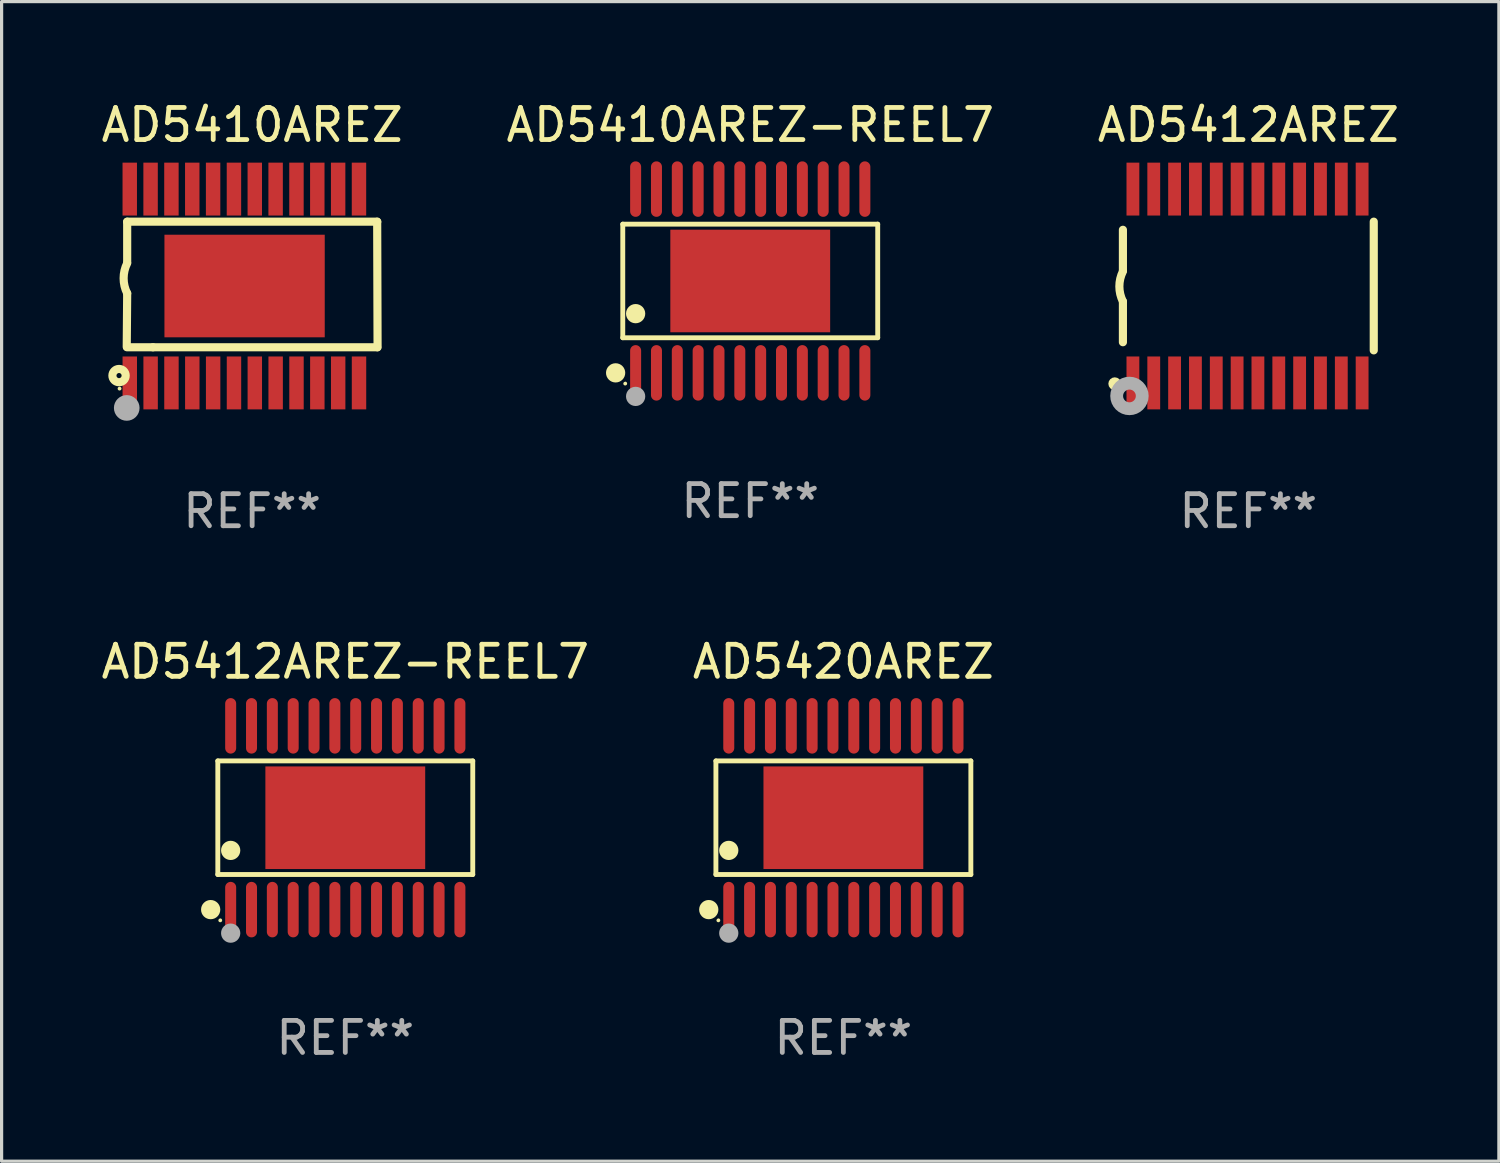
<source format=kicad_pcb>
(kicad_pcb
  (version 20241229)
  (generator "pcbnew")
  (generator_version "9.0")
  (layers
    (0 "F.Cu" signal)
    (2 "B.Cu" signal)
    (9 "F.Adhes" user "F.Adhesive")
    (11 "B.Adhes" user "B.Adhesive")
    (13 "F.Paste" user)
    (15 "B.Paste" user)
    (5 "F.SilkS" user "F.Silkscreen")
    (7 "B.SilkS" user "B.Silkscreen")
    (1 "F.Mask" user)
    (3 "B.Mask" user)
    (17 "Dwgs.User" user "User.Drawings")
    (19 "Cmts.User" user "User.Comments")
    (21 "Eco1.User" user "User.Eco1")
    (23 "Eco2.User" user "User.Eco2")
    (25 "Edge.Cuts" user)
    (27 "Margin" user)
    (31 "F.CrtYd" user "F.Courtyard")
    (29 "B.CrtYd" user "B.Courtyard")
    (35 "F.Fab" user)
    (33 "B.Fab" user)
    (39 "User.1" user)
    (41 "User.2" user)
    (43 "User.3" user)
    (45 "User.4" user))
  (footprint "AD5412AREZ-REEL7"
    (layer "F.Cu")
    (at 7.72 22.456)
    (property "Reference" "AD5412AREZ-REEL7" (at 0 -4.866 0) (layer "F.SilkS") (effects (font (size 1 1) (thickness 0.15))))
    (attr through_hole)
    (fp_line (start -3.976 -1.772) (end 3.976 -1.772) (stroke (width 0.152) (type solid)) (layer "F.SilkS"))
    (fp_line (start -3.976 1.771) (end -3.976 -1.772) (stroke (width 0.152) (type solid)) (layer "F.SilkS"))
    (fp_line (start 3.976 -1.772) (end 3.976 1.771) (stroke (width 0.152) (type solid)) (layer "F.SilkS"))
    (fp_line (start 3.976 1.771) (end -3.976 1.771) (stroke (width 0.152) (type solid)) (layer "F.SilkS"))
    (fp_circle (center -4.199 2.866) (end -4.049 2.866) (stroke (width 0.3) (type solid)) (fill no) (layer "F.SilkS"))
    (fp_circle (center -3.9 3.2) (end -3.87 3.2) (stroke (width 0.06) (type solid)) (fill no) (layer "F.SilkS"))
    (fp_circle (center -3.575 1.019) (end -3.425 1.019) (stroke (width 0.3) (type solid)) (fill no) (layer "F.SilkS"))
    (fp_circle (center -3.575 3.6) (end -3.425 3.6) (stroke (width 0.3) (type solid)) (fill no) (layer "F.Fab"))
    (fp_text user "REF**" (at 0 6.866 0) (layer "F.Fab") (effects (font (size 1 1) (thickness 0.15))))
    (pad "1" smd oval (at -3.575 2.866) (size 0.343 1.731) (layers "F.Cu" "F.Mask" "F.Paste"))
    (pad "2" smd oval (at -2.925 2.866) (size 0.343 1.731) (layers "F.Cu" "F.Mask" "F.Paste"))
    (pad "3" smd oval (at -2.275 2.866) (size 0.343 1.731) (layers "F.Cu" "F.Mask" "F.Paste"))
    (pad "4" smd oval (at -1.625 2.866) (size 0.343 1.731) (layers "F.Cu" "F.Mask" "F.Paste"))
    (pad "5" smd oval (at -0.975 2.866) (size 0.343 1.731) (layers "F.Cu" "F.Mask" "F.Paste"))
    (pad "6" smd oval (at -0.325 2.866) (size 0.343 1.731) (layers "F.Cu" "F.Mask" "F.Paste"))
    (pad "7" smd oval (at 0.325 2.866) (size 0.343 1.731) (layers "F.Cu" "F.Mask" "F.Paste"))
    (pad "8" smd oval (at 0.975 2.866) (size 0.343 1.731) (layers "F.Cu" "F.Mask" "F.Paste"))
    (pad "9" smd oval (at 1.625 2.866) (size 0.343 1.731) (layers "F.Cu" "F.Mask" "F.Paste"))
    (pad "10" smd oval (at 2.275 2.866) (size 0.343 1.731) (layers "F.Cu" "F.Mask" "F.Paste"))
    (pad "11" smd oval (at 2.925 2.866) (size 0.343 1.731) (layers "F.Cu" "F.Mask" "F.Paste"))
    (pad "12" smd oval (at 3.575 2.866) (size 0.343 1.731) (layers "F.Cu" "F.Mask" "F.Paste"))
    (pad "13" smd oval (at 3.575 -2.866) (size 0.343 1.731) (layers "F.Cu" "F.Mask" "F.Paste"))
    (pad "14" smd oval (at 2.925 -2.866) (size 0.343 1.731) (layers "F.Cu" "F.Mask" "F.Paste"))
    (pad "15" smd oval (at 2.275 -2.866) (size 0.343 1.731) (layers "F.Cu" "F.Mask" "F.Paste"))
    (pad "16" smd oval (at 1.625 -2.866) (size 0.343 1.731) (layers "F.Cu" "F.Mask" "F.Paste"))
    (pad "17" smd oval (at 0.975 -2.866) (size 0.343 1.731) (layers "F.Cu" "F.Mask" "F.Paste"))
    (pad "18" smd oval (at 0.325 -2.866) (size 0.343 1.731) (layers "F.Cu" "F.Mask" "F.Paste"))
    (pad "19" smd oval (at -0.325 -2.866) (size 0.343 1.731) (layers "F.Cu" "F.Mask" "F.Paste"))
    (pad "20" smd oval (at -0.975 -2.866) (size 0.343 1.731) (layers "F.Cu" "F.Mask" "F.Paste"))
    (pad "21" smd oval (at -1.625 -2.866) (size 0.343 1.731) (layers "F.Cu" "F.Mask" "F.Paste"))
    (pad "22" smd oval (at -2.275 -2.866) (size 0.343 1.731) (layers "F.Cu" "F.Mask" "F.Paste"))
    (pad "23" smd oval (at -2.925 -2.866) (size 0.343 1.731) (layers "F.Cu" "F.Mask" "F.Paste"))
    (pad "24" smd oval (at -3.575 -2.866) (size 0.343 1.731) (layers "F.Cu" "F.Mask" "F.Paste"))
    (pad "25" smd rect (at 0 -0.000127) (size 4.985 3.2) (layers "F.Cu" "F.Mask" "F.Paste")))
  (footprint "AD5412AREZ"
    (layer "F.Cu")
    (at 35.887 5.871)
    (property "Reference" "AD5412AREZ" (at 0 -5.023 0) (layer "F.SilkS") (effects (font (size 1 1) (thickness 0.15))))
    (attr through_hole)
    (fp_line (start -3.912 -0.483) (end -3.912 -1.753) (stroke (width 0.254) (type solid)) (layer "F.SilkS"))
    (fp_line (start -3.912 1.753) (end -3.912 0.483) (stroke (width 0.254) (type solid)) (layer "F.SilkS"))
    (fp_line (start 3.912 -2.007) (end 3.912 2.007) (stroke (width 0.254) (type solid)) (layer "F.SilkS"))
    (fp_arc (start -3.911608 0.482601) (mid -4.022537 0.0127) (end -3.911608 -0.457201) (stroke (width 0.254001) (type solid)) (layer "F.SilkS"))
    (fp_circle (center -4.166 3.048) (end -4.066 3.048) (stroke (width 0.2) (type solid)) (fill no) (layer "F.SilkS"))
    (fp_circle (center -3.925 3.186) (end -3.895 3.186) (stroke (width 0.06) (type solid)) (fill no) (layer "F.SilkS"))
    (fp_circle (center -3.708 3.429) (end -3.509 3.429) (stroke (width 0.4) (type solid)) (fill no) (layer "F.Fab"))
    (fp_text user "REF**" (at 0 7.023 0) (layer "F.Fab") (effects (font (size 1 1) (thickness 0.15))))
    (pad "1" smd rect (at -3.6 3.023) (size 0.4 1.65) (layers "F.Cu" "F.Mask" "F.Paste"))
    (pad "2" smd rect (at -2.95 3.023) (size 0.4 1.65) (layers "F.Cu" "F.Mask" "F.Paste"))
    (pad "3" smd rect (at -2.3 3.023) (size 0.4 1.65) (layers "F.Cu" "F.Mask" "F.Paste"))
    (pad "4" smd rect (at -1.65 3.023) (size 0.4 1.65) (layers "F.Cu" "F.Mask" "F.Paste"))
    (pad "5" smd rect (at -1 3.023) (size 0.4 1.65) (layers "F.Cu" "F.Mask" "F.Paste"))
    (pad "6" smd rect (at -0.35 3.023) (size 0.4 1.65) (layers "F.Cu" "F.Mask" "F.Paste"))
    (pad "7" smd rect (at 0.299 3.023) (size 0.4 1.65) (layers "F.Cu" "F.Mask" "F.Paste"))
    (pad "8" smd rect (at 0.95 3.023) (size 0.4 1.65) (layers "F.Cu" "F.Mask" "F.Paste"))
    (pad "9" smd rect (at 1.6 3.023) (size 0.4 1.65) (layers "F.Cu" "F.Mask" "F.Paste"))
    (pad "10" smd rect (at 2.25 3.023) (size 0.4 1.65) (layers "F.Cu" "F.Mask" "F.Paste"))
    (pad "11" smd rect (at 2.9 3.023) (size 0.4 1.65) (layers "F.Cu" "F.Mask" "F.Paste"))
    (pad "12" smd rect (at 3.549 3.023) (size 0.4 1.65) (layers "F.Cu" "F.Mask" "F.Paste"))
    (pad "13" smd rect (at 3.549 -3.023) (size 0.4 1.65) (layers "F.Cu" "F.Mask" "F.Paste"))
    (pad "14" smd rect (at 2.9 -3.023) (size 0.4 1.65) (layers "F.Cu" "F.Mask" "F.Paste"))
    (pad "15" smd rect (at 2.25 -3.023) (size 0.4 1.65) (layers "F.Cu" "F.Mask" "F.Paste"))
    (pad "16" smd rect (at 1.6 -3.023) (size 0.4 1.65) (layers "F.Cu" "F.Mask" "F.Paste"))
    (pad "17" smd rect (at 0.95 -3.023) (size 0.4 1.65) (layers "F.Cu" "F.Mask" "F.Paste"))
    (pad "18" smd rect (at 0.299 -3.023) (size 0.4 1.65) (layers "F.Cu" "F.Mask" "F.Paste"))
    (pad "19" smd rect (at -0.35 -3.023) (size 0.4 1.65) (layers "F.Cu" "F.Mask" "F.Paste"))
    (pad "20" smd rect (at -1 -3.023) (size 0.4 1.65) (layers "F.Cu" "F.Mask" "F.Paste"))
    (pad "21" smd rect (at -1.65 -3.023) (size 0.4 1.65) (layers "F.Cu" "F.Mask" "F.Paste"))
    (pad "22" smd rect (at -2.3 -3.023) (size 0.4 1.65) (layers "F.Cu" "F.Mask" "F.Paste"))
    (pad "23" smd rect (at -2.95 -3.023) (size 0.4 1.65) (layers "F.Cu" "F.Mask" "F.Paste"))
    (pad "24" smd rect (at -3.6 -3.023) (size 0.4 1.65) (layers "F.Cu" "F.Mask" "F.Paste")))
  (footprint "AD5410AREZ-REEL7"
    (layer "F.Cu")
    (at 20.351 5.714)
    (property "Reference" "AD5410AREZ-REEL7" (at 0 -4.866 0) (layer "F.SilkS") (effects (font (size 1 1) (thickness 0.15))))
    (attr through_hole)
    (fp_line (start -3.976 -1.772) (end 3.976 -1.772) (stroke (width 0.152) (type solid)) (layer "F.SilkS"))
    (fp_line (start -3.976 1.771) (end -3.976 -1.772) (stroke (width 0.152) (type solid)) (layer "F.SilkS"))
    (fp_line (start 3.976 -1.772) (end 3.976 1.771) (stroke (width 0.152) (type solid)) (layer "F.SilkS"))
    (fp_line (start 3.976 1.771) (end -3.976 1.771) (stroke (width 0.152) (type solid)) (layer "F.SilkS"))
    (fp_circle (center -4.199 2.866) (end -4.049 2.866) (stroke (width 0.3) (type solid)) (fill no) (layer "F.SilkS"))
    (fp_circle (center -3.9 3.2) (end -3.87 3.2) (stroke (width 0.06) (type solid)) (fill no) (layer "F.SilkS"))
    (fp_circle (center -3.575 1.019) (end -3.425 1.019) (stroke (width 0.3) (type solid)) (fill no) (layer "F.SilkS"))
    (fp_circle (center -3.575 3.6) (end -3.425 3.6) (stroke (width 0.3) (type solid)) (fill no) (layer "F.Fab"))
    (fp_text user "REF**" (at 0 6.866 0) (layer "F.Fab") (effects (font (size 1 1) (thickness 0.15))))
    (pad "1" smd oval (at -3.575 2.866) (size 0.343 1.731) (layers "F.Cu" "F.Mask" "F.Paste"))
    (pad "2" smd oval (at -2.925 2.866) (size 0.343 1.731) (layers "F.Cu" "F.Mask" "F.Paste"))
    (pad "3" smd oval (at -2.275 2.866) (size 0.343 1.731) (layers "F.Cu" "F.Mask" "F.Paste"))
    (pad "4" smd oval (at -1.625 2.866) (size 0.343 1.731) (layers "F.Cu" "F.Mask" "F.Paste"))
    (pad "5" smd oval (at -0.975 2.866) (size 0.343 1.731) (layers "F.Cu" "F.Mask" "F.Paste"))
    (pad "6" smd oval (at -0.325 2.866) (size 0.343 1.731) (layers "F.Cu" "F.Mask" "F.Paste"))
    (pad "7" smd oval (at 0.325 2.866) (size 0.343 1.731) (layers "F.Cu" "F.Mask" "F.Paste"))
    (pad "8" smd oval (at 0.975 2.866) (size 0.343 1.731) (layers "F.Cu" "F.Mask" "F.Paste"))
    (pad "9" smd oval (at 1.625 2.866) (size 0.343 1.731) (layers "F.Cu" "F.Mask" "F.Paste"))
    (pad "10" smd oval (at 2.275 2.866) (size 0.343 1.731) (layers "F.Cu" "F.Mask" "F.Paste"))
    (pad "11" smd oval (at 2.925 2.866) (size 0.343 1.731) (layers "F.Cu" "F.Mask" "F.Paste"))
    (pad "12" smd oval (at 3.575 2.866) (size 0.343 1.731) (layers "F.Cu" "F.Mask" "F.Paste"))
    (pad "13" smd oval (at 3.575 -2.866) (size 0.343 1.731) (layers "F.Cu" "F.Mask" "F.Paste"))
    (pad "14" smd oval (at 2.925 -2.866) (size 0.343 1.731) (layers "F.Cu" "F.Mask" "F.Paste"))
    (pad "15" smd oval (at 2.275 -2.866) (size 0.343 1.731) (layers "F.Cu" "F.Mask" "F.Paste"))
    (pad "16" smd oval (at 1.625 -2.866) (size 0.343 1.731) (layers "F.Cu" "F.Mask" "F.Paste"))
    (pad "17" smd oval (at 0.975 -2.866) (size 0.343 1.731) (layers "F.Cu" "F.Mask" "F.Paste"))
    (pad "18" smd oval (at 0.325 -2.866) (size 0.343 1.731) (layers "F.Cu" "F.Mask" "F.Paste"))
    (pad "19" smd oval (at -0.325 -2.866) (size 0.343 1.731) (layers "F.Cu" "F.Mask" "F.Paste"))
    (pad "20" smd oval (at -0.975 -2.866) (size 0.343 1.731) (layers "F.Cu" "F.Mask" "F.Paste"))
    (pad "21" smd oval (at -1.625 -2.866) (size 0.343 1.731) (layers "F.Cu" "F.Mask" "F.Paste"))
    (pad "22" smd oval (at -2.275 -2.866) (size 0.343 1.731) (layers "F.Cu" "F.Mask" "F.Paste"))
    (pad "23" smd oval (at -2.925 -2.866) (size 0.343 1.731) (layers "F.Cu" "F.Mask" "F.Paste"))
    (pad "24" smd oval (at -3.575 -2.866) (size 0.343 1.731) (layers "F.Cu" "F.Mask" "F.Paste"))
    (pad "25" smd rect (at 0 -0.000127) (size 4.985 3.2) (layers "F.Cu" "F.Mask" "F.Paste")))
  (footprint "AD5420AREZ"
    (layer "F.Cu")
    (at 23.256 22.456)
    (property "Reference" "AD5420AREZ" (at 0 -4.866 0) (layer "F.SilkS") (effects (font (size 1 1) (thickness 0.15))))
    (attr through_hole)
    (fp_line (start -3.976 -1.772) (end 3.976 -1.772) (stroke (width 0.152) (type solid)) (layer "F.SilkS"))
    (fp_line (start -3.976 1.771) (end -3.976 -1.772) (stroke (width 0.152) (type solid)) (layer "F.SilkS"))
    (fp_line (start 3.976 -1.772) (end 3.976 1.771) (stroke (width 0.152) (type solid)) (layer "F.SilkS"))
    (fp_line (start 3.976 1.771) (end -3.976 1.771) (stroke (width 0.152) (type solid)) (layer "F.SilkS"))
    (fp_circle (center -4.199 2.866) (end -4.049 2.866) (stroke (width 0.3) (type solid)) (fill no) (layer "F.SilkS"))
    (fp_circle (center -3.9 3.2) (end -3.87 3.2) (stroke (width 0.06) (type solid)) (fill no) (layer "F.SilkS"))
    (fp_circle (center -3.575 1.019) (end -3.425 1.019) (stroke (width 0.3) (type solid)) (fill no) (layer "F.SilkS"))
    (fp_circle (center -3.575 3.6) (end -3.425 3.6) (stroke (width 0.3) (type solid)) (fill no) (layer "F.Fab"))
    (fp_text user "REF**" (at 0 6.866 0) (layer "F.Fab") (effects (font (size 1 1) (thickness 0.15))))
    (pad "1" smd oval (at -3.575 2.866) (size 0.343 1.731) (layers "F.Cu" "F.Mask" "F.Paste"))
    (pad "2" smd oval (at -2.925 2.866) (size 0.343 1.731) (layers "F.Cu" "F.Mask" "F.Paste"))
    (pad "3" smd oval (at -2.275 2.866) (size 0.343 1.731) (layers "F.Cu" "F.Mask" "F.Paste"))
    (pad "4" smd oval (at -1.625 2.866) (size 0.343 1.731) (layers "F.Cu" "F.Mask" "F.Paste"))
    (pad "5" smd oval (at -0.975 2.866) (size 0.343 1.731) (layers "F.Cu" "F.Mask" "F.Paste"))
    (pad "6" smd oval (at -0.325 2.866) (size 0.343 1.731) (layers "F.Cu" "F.Mask" "F.Paste"))
    (pad "7" smd oval (at 0.325 2.866) (size 0.343 1.731) (layers "F.Cu" "F.Mask" "F.Paste"))
    (pad "8" smd oval (at 0.975 2.866) (size 0.343 1.731) (layers "F.Cu" "F.Mask" "F.Paste"))
    (pad "9" smd oval (at 1.625 2.866) (size 0.343 1.731) (layers "F.Cu" "F.Mask" "F.Paste"))
    (pad "10" smd oval (at 2.275 2.866) (size 0.343 1.731) (layers "F.Cu" "F.Mask" "F.Paste"))
    (pad "11" smd oval (at 2.925 2.866) (size 0.343 1.731) (layers "F.Cu" "F.Mask" "F.Paste"))
    (pad "12" smd oval (at 3.575 2.866) (size 0.343 1.731) (layers "F.Cu" "F.Mask" "F.Paste"))
    (pad "13" smd oval (at 3.575 -2.866) (size 0.343 1.731) (layers "F.Cu" "F.Mask" "F.Paste"))
    (pad "14" smd oval (at 2.925 -2.866) (size 0.343 1.731) (layers "F.Cu" "F.Mask" "F.Paste"))
    (pad "15" smd oval (at 2.275 -2.866) (size 0.343 1.731) (layers "F.Cu" "F.Mask" "F.Paste"))
    (pad "16" smd oval (at 1.625 -2.866) (size 0.343 1.731) (layers "F.Cu" "F.Mask" "F.Paste"))
    (pad "17" smd oval (at 0.975 -2.866) (size 0.343 1.731) (layers "F.Cu" "F.Mask" "F.Paste"))
    (pad "18" smd oval (at 0.325 -2.866) (size 0.343 1.731) (layers "F.Cu" "F.Mask" "F.Paste"))
    (pad "19" smd oval (at -0.325 -2.866) (size 0.343 1.731) (layers "F.Cu" "F.Mask" "F.Paste"))
    (pad "20" smd oval (at -0.975 -2.866) (size 0.343 1.731) (layers "F.Cu" "F.Mask" "F.Paste"))
    (pad "21" smd oval (at -1.625 -2.866) (size 0.343 1.731) (layers "F.Cu" "F.Mask" "F.Paste"))
    (pad "22" smd oval (at -2.275 -2.866) (size 0.343 1.731) (layers "F.Cu" "F.Mask" "F.Paste"))
    (pad "23" smd oval (at -2.925 -2.866) (size 0.343 1.731) (layers "F.Cu" "F.Mask" "F.Paste"))
    (pad "24" smd oval (at -3.575 -2.866) (size 0.343 1.731) (layers "F.Cu" "F.Mask" "F.Paste"))
    (pad "25" smd rect (at 0 -0.000127) (size 4.985 3.2) (layers "F.Cu" "F.Mask" "F.Paste")))
  (footprint "AD5410AREZ"
    (layer "F.Cu")
    (at 4.815 5.871)
    (property "Reference" "AD5410AREZ" (at 0 -5.023 0) (layer "F.SilkS") (effects (font (size 1 1) (thickness 0.15))))
    (attr through_hole)
    (fp_line (start -3.912 1.898) (end -3.898 0.229) (stroke (width 0.254) (type solid)) (layer "F.SilkS"))
    (fp_line (start -3.898 -0.736) (end -3.898 -2.006) (stroke (width 0.254) (type solid)) (layer "F.SilkS"))
    (fp_line (start -3.094 1.911) (end -3.901 1.911) (stroke (width 0.254) (type solid)) (layer "F.SilkS"))
    (fp_line (start 3.899 1.911) (end -3.094 1.911) (stroke (width 0.254) (type solid)) (layer "F.SilkS"))
    (fp_line (start 3.902 -2.006) (end -3.898 -2.006) (stroke (width 0.254) (type solid)) (layer "F.SilkS"))
    (fp_line (start 3.912 1.911) (end 3.9 -2.006) (stroke (width 0.254) (type solid)) (layer "F.SilkS"))
    (fp_arc (start -3.898095 0.22888) (mid -4.009024 -0.241021) (end -3.898095 -0.710922) (stroke (width 0.254001) (type solid)) (layer "F.SilkS"))
    (fp_circle (center -4.152 2.794) (end -4.072 2.794) (stroke (width 0.254) (type solid)) (fill no) (layer "F.SilkS"))
    (fp_circle (center -4.136 3.2) (end -4.106 3.2) (stroke (width 0.06) (type solid)) (fill no) (layer "F.SilkS"))
    (fp_circle (center -3.912 3.803) (end -3.712 3.803) (stroke (width 0.4) (type solid)) (fill no) (layer "F.Fab"))
    (fp_text user "REF**" (at 0 7.023 0) (layer "F.Fab") (effects (font (size 1 1) (thickness 0.15))))
    (pad "1" smd rect (at -3.817 3.023) (size 0.45 1.65) (layers "F.Cu" "F.Mask" "F.Paste"))
    (pad "2" smd rect (at -3.167 3.023) (size 0.45 1.65) (layers "F.Cu" "F.Mask" "F.Paste"))
    (pad "3" smd rect (at -2.517 3.023) (size 0.45 1.65) (layers "F.Cu" "F.Mask" "F.Paste"))
    (pad "4" smd rect (at -1.867 3.023) (size 0.45 1.65) (layers "F.Cu" "F.Mask" "F.Paste"))
    (pad "5" smd rect (at -1.217 3.023) (size 0.45 1.65) (layers "F.Cu" "F.Mask" "F.Paste"))
    (pad "6" smd rect (at -0.567 3.023) (size 0.45 1.65) (layers "F.Cu" "F.Mask" "F.Paste"))
    (pad "7" smd rect (at 0.083 3.023) (size 0.45 1.65) (layers "F.Cu" "F.Mask" "F.Paste"))
    (pad "8" smd rect (at 0.733 3.023) (size 0.45 1.65) (layers "F.Cu" "F.Mask" "F.Paste"))
    (pad "9" smd rect (at 1.383 3.023) (size 0.45 1.65) (layers "F.Cu" "F.Mask" "F.Paste"))
    (pad "10" smd rect (at 2.033 3.023) (size 0.45 1.65) (layers "F.Cu" "F.Mask" "F.Paste"))
    (pad "11" smd rect (at 2.683 3.023) (size 0.45 1.65) (layers "F.Cu" "F.Mask" "F.Paste"))
    (pad "12" smd rect (at 3.333 3.023) (size 0.45 1.65) (layers "F.Cu" "F.Mask" "F.Paste"))
    (pad "13" smd rect (at 3.332 -3.023) (size 0.45 1.65) (layers "F.Cu" "F.Mask" "F.Paste"))
    (pad "14" smd rect (at 2.682 -3.023) (size 0.45 1.65) (layers "F.Cu" "F.Mask" "F.Paste"))
    (pad "15" smd rect (at 2.032 -3.023) (size 0.45 1.65) (layers "F.Cu" "F.Mask" "F.Paste"))
    (pad "16" smd rect (at 1.382 -3.023) (size 0.45 1.65) (layers "F.Cu" "F.Mask" "F.Paste"))
    (pad "17" smd rect (at 0.732 -3.023) (size 0.45 1.65) (layers "F.Cu" "F.Mask" "F.Paste"))
    (pad "18" smd rect (at 0.082 -3.023) (size 0.45 1.65) (layers "F.Cu" "F.Mask" "F.Paste"))
    (pad "19" smd rect (at -0.568 -3.023) (size 0.45 1.65) (layers "F.Cu" "F.Mask" "F.Paste"))
    (pad "20" smd rect (at -1.218 -3.023) (size 0.45 1.65) (layers "F.Cu" "F.Mask" "F.Paste"))
    (pad "21" smd rect (at -1.868 -3.023) (size 0.45 1.65) (layers "F.Cu" "F.Mask" "F.Paste"))
    (pad "22" smd rect (at -2.518 -3.023) (size 0.45 1.65) (layers "F.Cu" "F.Mask" "F.Paste"))
    (pad "23" smd rect (at -3.168 -3.023) (size 0.45 1.65) (layers "F.Cu" "F.Mask" "F.Paste"))
    (pad "24" smd rect (at -3.818 -3.023) (size 0.45 1.65) (layers "F.Cu" "F.Mask" "F.Paste"))
    (pad "25" smd rect (at -0.236 0) (size 5 3.2) (layers "F.Cu" "F.Mask" "F.Paste")))
  (gr_rect
    (start -3 -3)
    (end 43.702 33.17)
    (stroke (width 0.1) (type default))
    (fill no)
    (layer "Edge.Cuts")))
</source>
